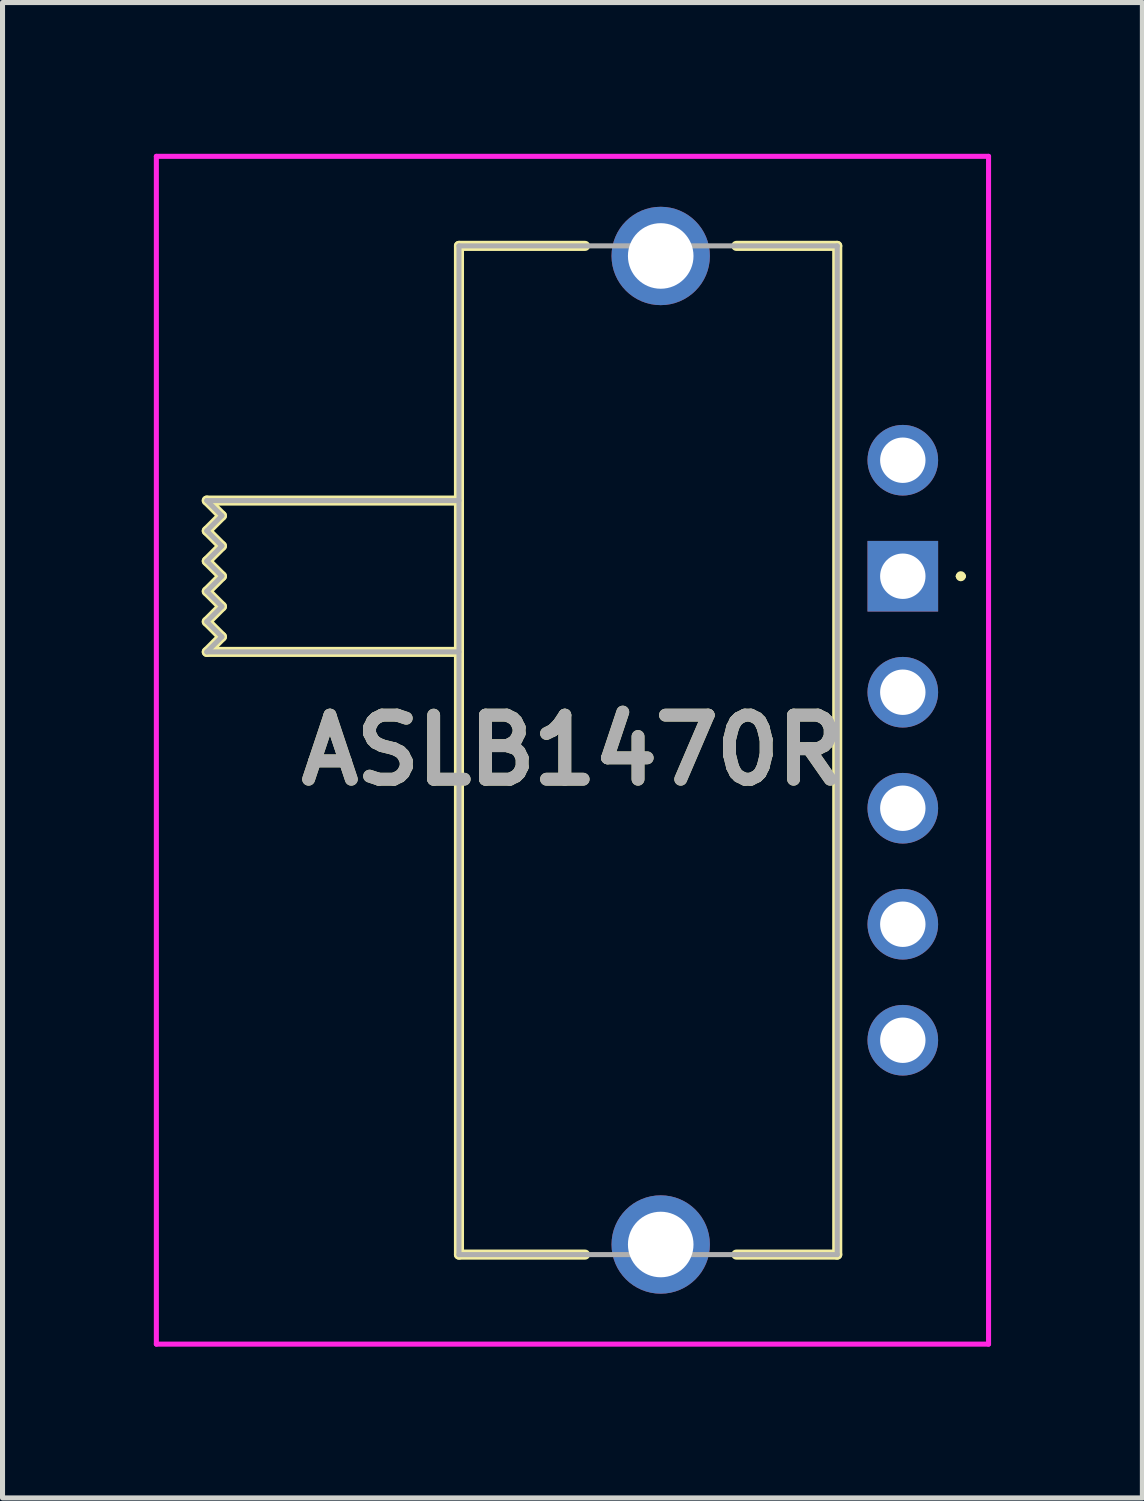
<source format=kicad_pcb>
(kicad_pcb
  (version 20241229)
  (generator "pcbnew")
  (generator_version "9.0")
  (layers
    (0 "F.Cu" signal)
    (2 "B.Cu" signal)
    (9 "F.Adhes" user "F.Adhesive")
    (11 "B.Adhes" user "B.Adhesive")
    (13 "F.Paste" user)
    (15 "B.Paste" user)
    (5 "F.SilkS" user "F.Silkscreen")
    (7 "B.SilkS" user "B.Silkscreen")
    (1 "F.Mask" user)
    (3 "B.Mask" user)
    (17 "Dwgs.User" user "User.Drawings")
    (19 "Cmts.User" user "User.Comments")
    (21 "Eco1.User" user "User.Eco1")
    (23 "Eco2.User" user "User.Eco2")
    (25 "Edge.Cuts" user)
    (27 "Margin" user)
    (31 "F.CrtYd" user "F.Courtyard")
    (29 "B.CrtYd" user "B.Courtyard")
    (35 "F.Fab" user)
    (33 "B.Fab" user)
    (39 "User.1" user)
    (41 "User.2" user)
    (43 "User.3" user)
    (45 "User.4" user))
  (footprint "ASLB1470R"
    (layer "F.Cu")
    (at 14.85 8.375)
    (property "Reference" "ASLB1470R" (at -6.55 3.45 0) (layer "F.SilkS") (effects (font (size 1.27 1.27) (thickness 0.254))))
    (attr through_hole)
    (fp_line (start -13.8 -1.5) (end -13.5 -1.2) (stroke (width 0.2) (type solid)) (layer "F.SilkS"))
    (fp_line (start -13.8 -0.9) (end -13.5 -0.6) (stroke (width 0.2) (type solid)) (layer "F.SilkS"))
    (fp_line (start -13.8 -0.3) (end -13.5 0) (stroke (width 0.2) (type solid)) (layer "F.SilkS"))
    (fp_line (start -13.8 0.3) (end -13.5 0.6) (stroke (width 0.2) (type solid)) (layer "F.SilkS"))
    (fp_line (start -13.8 0.9) (end -13.5 1.2) (stroke (width 0.2) (type solid)) (layer "F.SilkS"))
    (fp_line (start -13.8 1.5) (end -8.8 1.5) (stroke (width 0.2) (type solid)) (layer "F.SilkS"))
    (fp_line (start -13.5 -1.2) (end -13.8 -0.9) (stroke (width 0.2) (type solid)) (layer "F.SilkS"))
    (fp_line (start -13.5 -0.6) (end -13.8 -0.3) (stroke (width 0.2) (type solid)) (layer "F.SilkS"))
    (fp_line (start -13.5 0) (end -13.8 0.3) (stroke (width 0.2) (type solid)) (layer "F.SilkS"))
    (fp_line (start -13.5 0.6) (end -13.8 0.9) (stroke (width 0.2) (type solid)) (layer "F.SilkS"))
    (fp_line (start -13.5 1.2) (end -13.8 1.5) (stroke (width 0.2) (type solid)) (layer "F.SilkS"))
    (fp_line (start -8.8 -6.55) (end -8.8 13.45) (stroke (width 0.2) (type solid)) (layer "F.SilkS"))
    (fp_line (start -8.8 -1.5) (end -13.8 -1.5) (stroke (width 0.2) (type solid)) (layer "F.SilkS"))
    (fp_line (start -8.8 13.45) (end -6.3 13.45) (stroke (width 0.2) (type solid)) (layer "F.SilkS"))
    (fp_line (start -6.3 -6.55) (end -8.8 -6.55) (stroke (width 0.2) (type solid)) (layer "F.SilkS"))
    (fp_line (start -3.3 13.45) (end -1.3 13.45) (stroke (width 0.2) (type solid)) (layer "F.SilkS"))
    (fp_line (start -1.3 -6.55) (end -3.3 -6.55) (stroke (width 0.2) (type solid)) (layer "F.SilkS"))
    (fp_line (start -1.3 13.45) (end -1.3 -6.55) (stroke (width 0.2) (type solid)) (layer "F.SilkS"))
    (fp_line (start 1.1 0) (end 1.1 0) (stroke (width 0.1) (type solid)) (layer "F.SilkS"))
    (fp_line (start 1.2 0) (end 1.2 0) (stroke (width 0.1) (type solid)) (layer "F.SilkS"))
    (fp_arc (start 1.1 0) (mid 1.15 -0.05) (end 1.2 0) (stroke (width 0.1) (type solid)) (layer "F.SilkS"))
    (fp_arc (start 1.2 0) (mid 1.15 0.05) (end 1.1 0) (stroke (width 0.1) (type solid)) (layer "F.SilkS"))
    (fp_line (start -14.8 -8.325) (end 1.7 -8.325) (stroke (width 0.1) (type solid)) (layer "F.CrtYd"))
    (fp_line (start -14.8 15.225) (end -14.8 -8.325) (stroke (width 0.1) (type solid)) (layer "F.CrtYd"))
    (fp_line (start 1.7 -8.325) (end 1.7 15.225) (stroke (width 0.1) (type solid)) (layer "F.CrtYd"))
    (fp_line (start 1.7 15.225) (end -14.8 15.225) (stroke (width 0.1) (type solid)) (layer "F.CrtYd"))
    (fp_line (start -13.8 -1.5) (end -13.5 -1.2) (stroke (width 0.1) (type solid)) (layer "F.Fab"))
    (fp_line (start -13.8 -0.9) (end -13.5 -0.6) (stroke (width 0.1) (type solid)) (layer "F.Fab"))
    (fp_line (start -13.8 -0.3) (end -13.5 0) (stroke (width 0.1) (type solid)) (layer "F.Fab"))
    (fp_line (start -13.8 0.3) (end -13.5 0.6) (stroke (width 0.1) (type solid)) (layer "F.Fab"))
    (fp_line (start -13.8 0.9) (end -13.5 1.2) (stroke (width 0.1) (type solid)) (layer "F.Fab"))
    (fp_line (start -13.8 1.5) (end -8.8 1.5) (stroke (width 0.1) (type solid)) (layer "F.Fab"))
    (fp_line (start -13.5 -1.2) (end -13.8 -0.9) (stroke (width 0.1) (type solid)) (layer "F.Fab"))
    (fp_line (start -13.5 -0.6) (end -13.8 -0.3) (stroke (width 0.1) (type solid)) (layer "F.Fab"))
    (fp_line (start -13.5 0) (end -13.8 0.3) (stroke (width 0.1) (type solid)) (layer "F.Fab"))
    (fp_line (start -13.5 0.6) (end -13.8 0.9) (stroke (width 0.1) (type solid)) (layer "F.Fab"))
    (fp_line (start -13.5 1.2) (end -13.8 1.5) (stroke (width 0.1) (type solid)) (layer "F.Fab"))
    (fp_line (start -8.8 -6.55) (end -1.3 -6.55) (stroke (width 0.1) (type solid)) (layer "F.Fab"))
    (fp_line (start -8.8 -1.5) (end -13.8 -1.5) (stroke (width 0.1) (type solid)) (layer "F.Fab"))
    (fp_line (start -8.8 13.45) (end -8.8 -6.55) (stroke (width 0.1) (type solid)) (layer "F.Fab"))
    (fp_line (start -1.3 -6.55) (end -1.3 13.45) (stroke (width 0.1) (type solid)) (layer "F.Fab"))
    (fp_line (start -1.3 13.45) (end -8.8 13.45) (stroke (width 0.1) (type solid)) (layer "F.Fab"))
    (fp_text user "${REFERENCE}" (at -6.55 3.45 0) (layer "F.Fab") (effects (font (size 1.27 1.27) (thickness 0.254))))
    (pad "1" thru_hole rect (at 0 0) (size 1.4 1.4) (drill 0.9) (layers "*.Cu" "*.Mask"))
    (pad "2" thru_hole circle (at 0 2.3) (size 1.4 1.4) (drill 0.9) (layers "*.Cu" "*.Mask"))
    (pad "3" thru_hole circle (at 0 4.6) (size 1.4 1.4) (drill 0.9) (layers "*.Cu" "*.Mask"))
    (pad "4" thru_hole circle (at 0 6.9) (size 1.4 1.4) (drill 0.9) (layers "*.Cu" "*.Mask"))
    (pad "7" thru_hole circle (at -4.8 -6.35) (size 1.95 1.95) (drill 1.3) (layers "*.Cu" "*.Mask"))
    (pad "8" thru_hole circle (at -4.8 13.25) (size 1.95 1.95) (drill 1.3) (layers "*.Cu" "*.Mask"))
    (pad "C1" thru_hole circle (at 0 -2.3) (size 1.4 1.4) (drill 0.9) (layers "*.Cu" "*.Mask"))
    (pad "C2" thru_hole circle (at 0 9.2) (size 1.4 1.4) (drill 0.9) (layers "*.Cu" "*.Mask")))
  (gr_rect
    (start -3 -3)
    (end 19.6 26.65)
    (stroke (width 0.1) (type default))
    (fill no)
    (layer "Edge.Cuts")))
</source>
